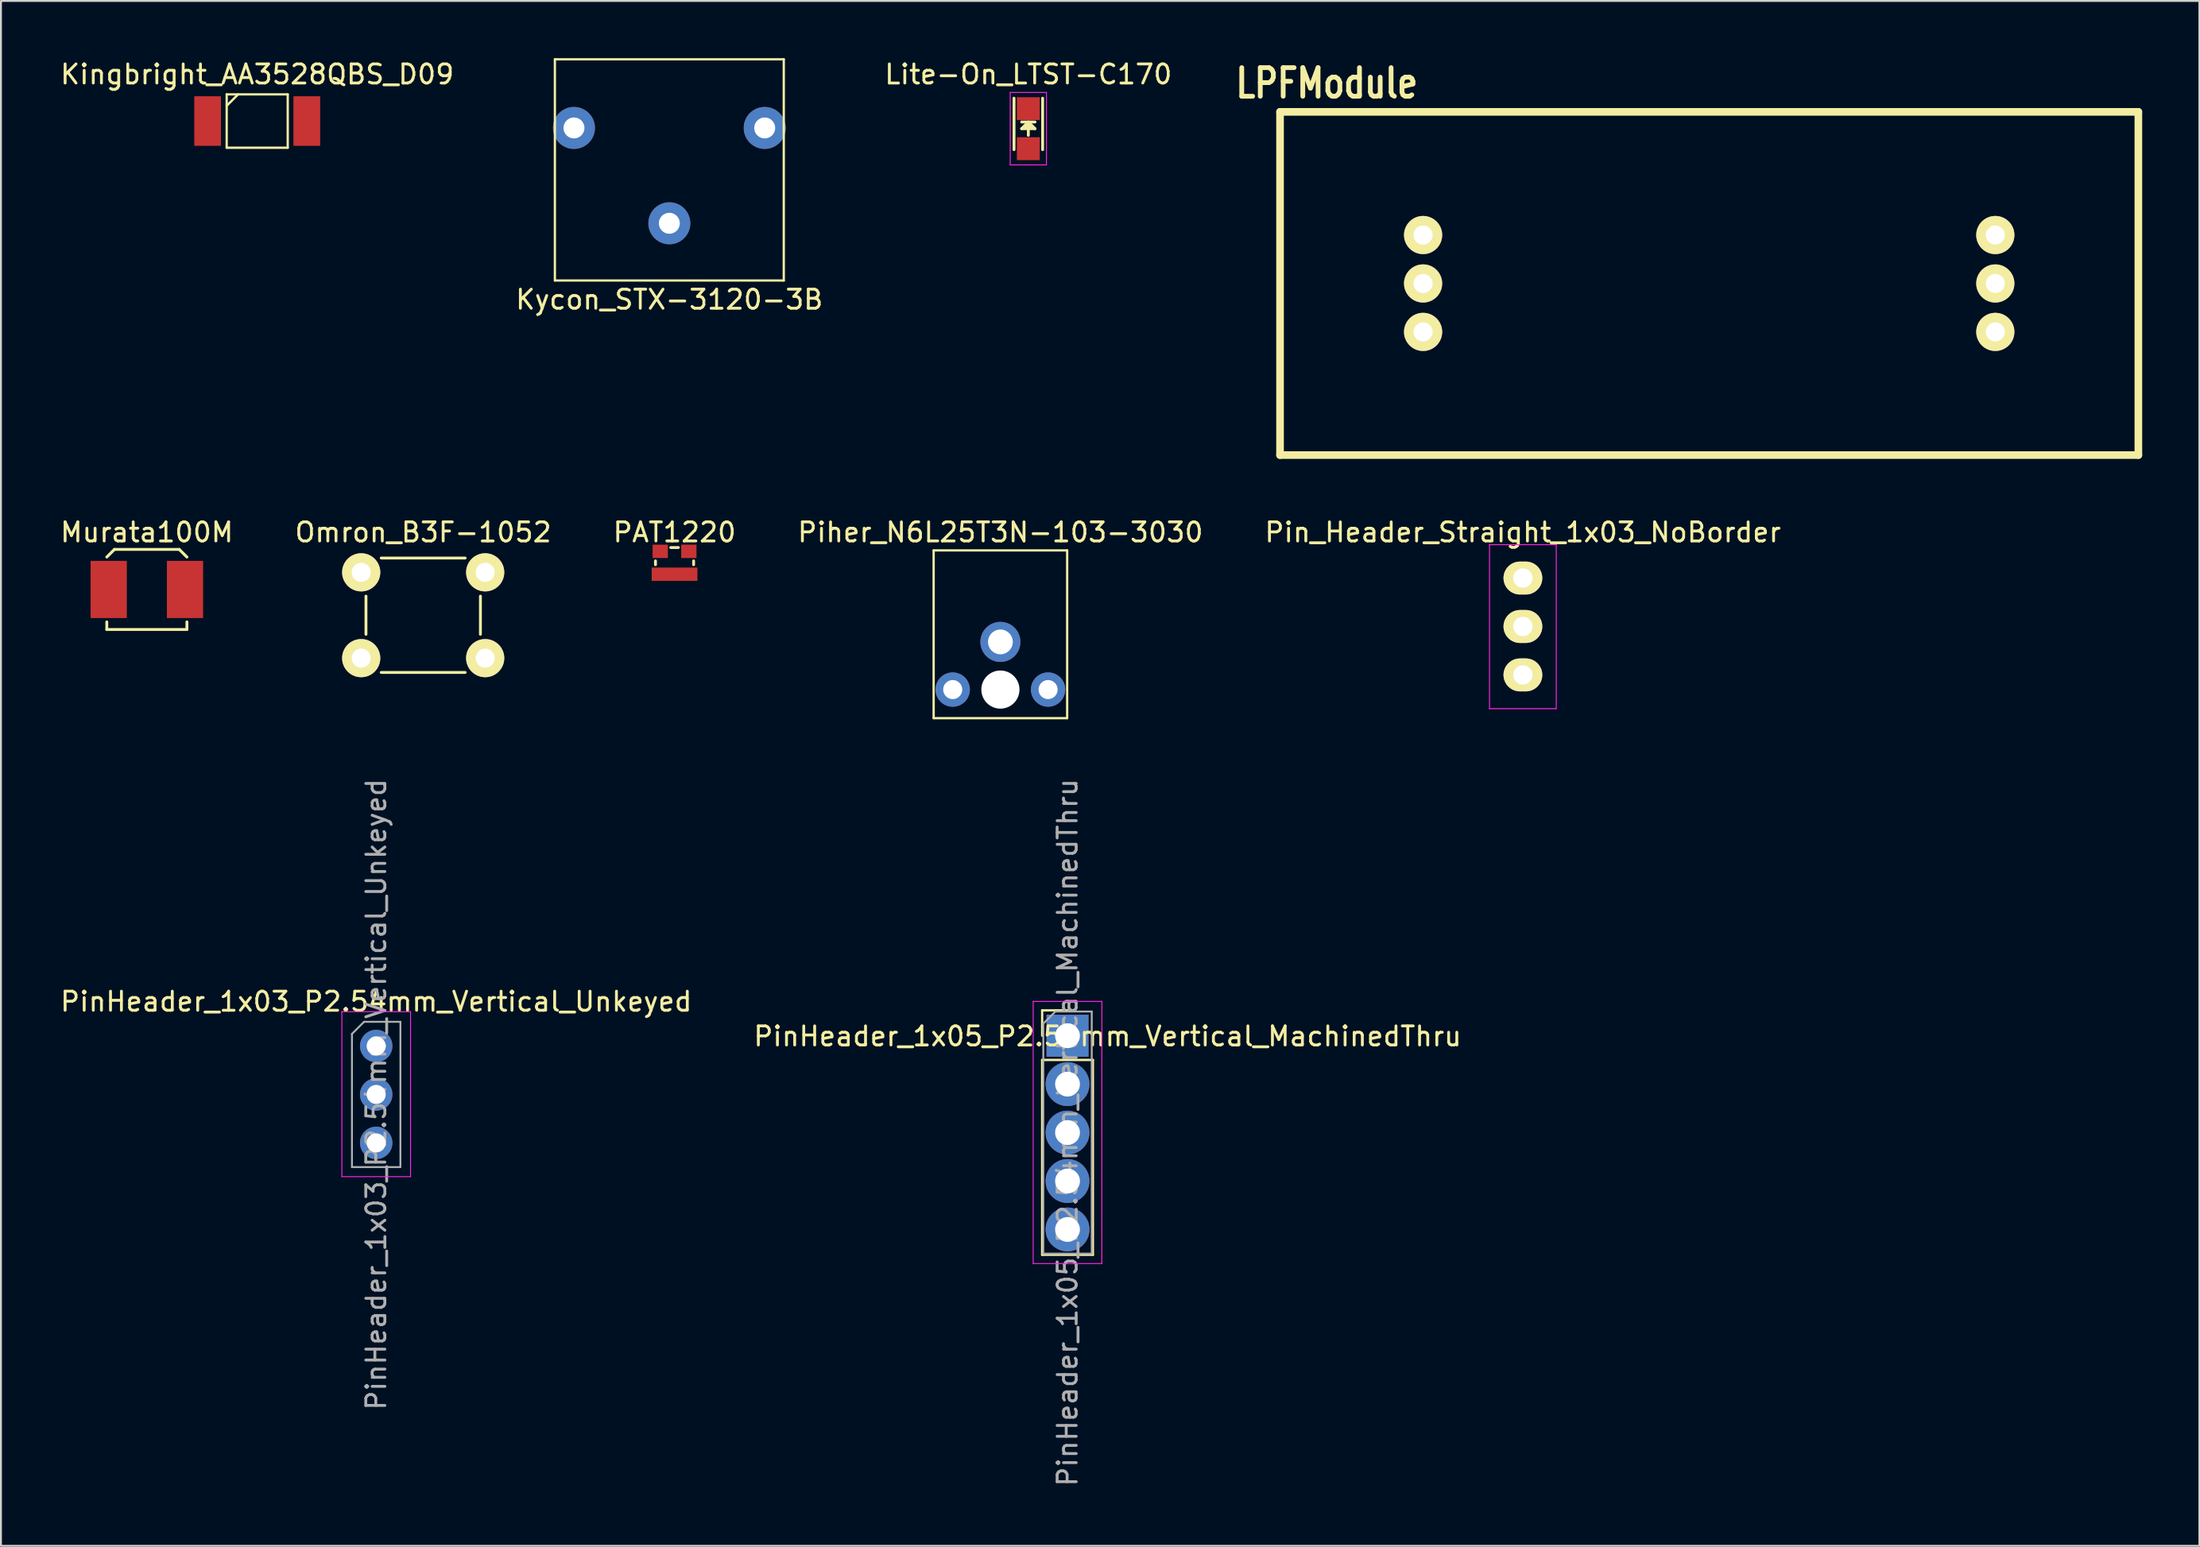
<source format=kicad_pcb>
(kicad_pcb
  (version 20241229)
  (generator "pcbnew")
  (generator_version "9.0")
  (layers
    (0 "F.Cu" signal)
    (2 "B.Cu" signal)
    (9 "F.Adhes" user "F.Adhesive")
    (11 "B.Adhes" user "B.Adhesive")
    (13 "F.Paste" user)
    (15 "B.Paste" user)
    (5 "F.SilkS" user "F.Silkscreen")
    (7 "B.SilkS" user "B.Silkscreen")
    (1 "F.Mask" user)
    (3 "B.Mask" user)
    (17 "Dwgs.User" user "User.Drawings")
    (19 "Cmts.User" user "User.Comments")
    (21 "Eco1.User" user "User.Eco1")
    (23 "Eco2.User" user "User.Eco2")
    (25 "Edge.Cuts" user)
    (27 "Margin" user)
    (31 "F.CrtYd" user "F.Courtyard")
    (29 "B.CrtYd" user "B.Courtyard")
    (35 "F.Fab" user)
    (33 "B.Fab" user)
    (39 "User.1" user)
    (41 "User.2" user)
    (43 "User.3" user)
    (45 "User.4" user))
  (footprint "Pin_Header_Straight_1x03_NoBorder"
    (layer "F.Cu")
    (at 76.792 27.265)
    (property "Reference" "Pin_Header_Straight_1x03_NoBorder" (at 0 -2.4 0) (layer "F.SilkS") (effects (font (size 1 1) (thickness 0.15))))
    (attr through_hole)
    (fp_line (start -1.75 -1.75) (end -1.75 6.85) (stroke (width 0.05) (type solid)) (layer "F.CrtYd"))
    (fp_line (start -1.75 -1.75) (end 1.75 -1.75) (stroke (width 0.05) (type solid)) (layer "F.CrtYd"))
    (fp_line (start -1.75 6.85) (end 1.75 6.85) (stroke (width 0.05) (type solid)) (layer "F.CrtYd"))
    (fp_line (start 1.75 -1.75) (end 1.75 6.85) (stroke (width 0.05) (type solid)) (layer "F.CrtYd"))
    (pad "1" thru_hole oval (at 0 0) (size 2.032 1.727) (drill 1.016) (layers "*.Cu" "*.Mask" "F.SilkS"))
    (pad "2" thru_hole oval (at 0 2.54) (size 2.032 1.727) (drill 1.016) (layers "*.Cu" "*.Mask" "F.SilkS"))
    (pad "3" thru_hole oval (at 0 5.08) (size 2.032 1.727) (drill 1.016) (layers "*.Cu" "*.Mask" "F.SilkS")))
  (footprint "PAT1220"
    (layer "F.Cu")
    (at 32.315 26.465)
    (property "Reference" "PAT1220" (at 0 -1.6 0) (layer "F.SilkS") (effects (font (size 1 1) (thickness 0.15))))
    (attr through_hole)
    (fp_line (start -1 -0.1) (end -1 0.1) (stroke (width 0.15) (type solid)) (layer "F.SilkS"))
    (fp_line (start -0.2 -0.8) (end 0.2 -0.8) (stroke (width 0.15) (type solid)) (layer "F.SilkS"))
    (fp_line (start 1 -0.1) (end 1 0.1) (stroke (width 0.15) (type solid)) (layer "F.SilkS"))
    (pad "1" smd rect (at -0.75 -0.6) (size 0.8 0.7) (layers "F.Cu" "F.Mask" "F.Paste"))
    (pad "2" smd rect (at 0.75 -0.6) (size 0.8 0.7) (layers "F.Cu" "F.Mask" "F.Paste"))
    (pad "3" smd rect (at 0 0.6) (size 2.4 0.7) (layers "F.Cu" "F.Mask" "F.Paste")))
  (footprint "Lite-On_LTST-C170"
    (layer "F.Cu")
    (at 50.863 3.698)
    (property "Reference" "Lite-On_LTST-C170" (at 0 -2.85 0) (layer "F.SilkS") (effects (font (size 1 1) (thickness 0.15))))
    (attr smd)
    (fp_line (start -0.75 -1.6) (end -0.75 1.1) (stroke (width 0.15) (type solid)) (layer "F.SilkS"))
    (fp_line (start -0.35 0) (end 0 -0.35) (stroke (width 0.15) (type solid)) (layer "F.SilkS"))
    (fp_line (start -0.15 -0.1) (end 0.1 -0.1) (stroke (width 0.15) (type solid)) (layer "F.SilkS"))
    (fp_line (start 0 -0.35) (end 0.35 0) (stroke (width 0.15) (type solid)) (layer "F.SilkS"))
    (fp_line (start 0 0) (end 0 0.35) (stroke (width 0.15) (type solid)) (layer "F.SilkS"))
    (fp_line (start 0.1 -0.1) (end -0.05 -0.25) (stroke (width 0.15) (type solid)) (layer "F.SilkS"))
    (fp_line (start 0.35 -0.35) (end -0.35 -0.35) (stroke (width 0.15) (type solid)) (layer "F.SilkS"))
    (fp_line (start 0.35 0) (end -0.35 0) (stroke (width 0.15) (type solid)) (layer "F.SilkS"))
    (fp_line (start 0.75 -1.6) (end 0.75 1.1) (stroke (width 0.15) (type solid)) (layer "F.SilkS"))
    (fp_line (start -0.95 -1.9) (end 0.95 -1.9) (stroke (width 0.05) (type solid)) (layer "F.CrtYd"))
    (fp_line (start -0.95 1.9) (end -0.95 -1.9) (stroke (width 0.05) (type solid)) (layer "F.CrtYd"))
    (fp_line (start 0.95 -1.9) (end 0.95 1.9) (stroke (width 0.05) (type solid)) (layer "F.CrtYd"))
    (fp_line (start 0.95 1.9) (end -0.95 1.9) (stroke (width 0.05) (type solid)) (layer "F.CrtYd"))
    (pad "1" smd rect (at 0 1.05 90) (size 1.2 1.2) (layers "F.Cu" "F.Mask" "F.Paste"))
    (pad "2" smd rect (at 0 -1.05 90) (size 1.2 1.2) (layers "F.Cu" "F.Mask" "F.Paste")))
  (footprint "LPFModule"
    (layer "F.Cu")
    (at 86.56 11.816)
    (property "Reference" "LPFModule" (at -20.05 -10.5 0) (layer "F.SilkS") (effects (font (size 1.5 1.2) (thickness 0.25))))
    (attr through_hole)
    (fp_line (start -22.5 -9) (end 22.5 -9) (stroke (width 0.4) (type solid)) (layer "F.SilkS"))
    (fp_line (start -22.5 9) (end -22.5 -9) (stroke (width 0.4) (type solid)) (layer "F.SilkS"))
    (fp_line (start 22.5 -9) (end 22.5 9) (stroke (width 0.4) (type solid)) (layer "F.SilkS"))
    (fp_line (start 22.5 9) (end -22.5 9) (stroke (width 0.4) (type solid)) (layer "F.SilkS"))
    (pad "1" thru_hole circle (at -15 -2.54) (size 2 2) (drill 1) (layers "*.Cu" "*.Mask" "F.SilkS"))
    (pad "2" thru_hole circle (at -15 0) (size 2 2) (drill 1) (layers "*.Cu" "*.Mask" "F.SilkS"))
    (pad "3" thru_hole circle (at -15 2.54) (size 2 2) (drill 1) (layers "*.Cu" "*.Mask" "F.SilkS"))
    (pad "4" thru_hole circle (at 15 2.54) (size 2 2) (drill 1) (layers "*.Cu" "*.Mask" "F.SilkS"))
    (pad "5" thru_hole circle (at 15 0) (size 2 2) (drill 1) (layers "*.Cu" "*.Mask" "F.SilkS"))
    (pad "6" thru_hole circle (at 15 -2.54) (size 2 2) (drill 1) (layers "*.Cu" "*.Mask" "F.SilkS")))
  (footprint "Omron_B3F-1052"
    (layer "F.Cu")
    (at 19.137 29.215)
    (property "Reference" "Omron_B3F-1052" (at 0 -4.35 0) (layer "F.SilkS") (effects (font (size 1 1) (thickness 0.15))))
    (attr through_hole)
    (fp_line (start -3 -1) (end -3 1) (stroke (width 0.15) (type solid)) (layer "F.SilkS"))
    (fp_line (start -2.2 -3) (end 2.2 -3) (stroke (width 0.15) (type solid)) (layer "F.SilkS"))
    (fp_line (start -2.2 3) (end 2.2 3) (stroke (width 0.15) (type solid)) (layer "F.SilkS"))
    (fp_line (start 3 -1) (end 3 1) (stroke (width 0.15) (type solid)) (layer "F.SilkS"))
    (pad "1" thru_hole circle (at 3.25 2.25) (size 2 2) (drill 1) (layers "*.Cu" "*.Mask" "F.SilkS"))
    (pad "2" thru_hole circle (at -3.25 2.25) (size 2 2) (drill 1) (layers "*.Cu" "*.Mask" "F.SilkS"))
    (pad "3" thru_hole circle (at 3.25 -2.25) (size 2 2) (drill 1) (layers "*.Cu" "*.Mask" "F.SilkS"))
    (pad "4" thru_hole circle (at -3.25 -2.25) (size 2 2) (drill 1) (layers "*.Cu" "*.Mask" "F.SilkS")))
  (footprint "PinHeader_1x05_P2.54mm_Vertical_MachinedThru"
    (layer "F.Cu")
    (at 52.918 51.267)
    (property "Reference" "PinHeader_1x05_P2.54mm_Vertical_MachinedThru" (at 2.1 0.03 0) (layer "F.SilkS") (effects (font (size 1 1) (thickness 0.15))))
    (attr through_hole)
    (fp_line (start -1.33 -1.33) (end 0 -1.33) (stroke (width 0.12) (type solid)) (layer "F.SilkS"))
    (fp_line (start -1.33 0) (end -1.33 -1.33) (stroke (width 0.12) (type solid)) (layer "F.SilkS"))
    (fp_line (start -1.33 1.27) (end -1.33 11.49) (stroke (width 0.12) (type solid)) (layer "F.SilkS"))
    (fp_line (start -1.33 1.27) (end 1.33 1.27) (stroke (width 0.12) (type solid)) (layer "F.SilkS"))
    (fp_line (start -1.33 11.49) (end 1.33 11.49) (stroke (width 0.12) (type solid)) (layer "F.SilkS"))
    (fp_line (start 1.33 1.27) (end 1.33 11.49) (stroke (width 0.12) (type solid)) (layer "F.SilkS"))
    (fp_line (start -1.8 -1.8) (end -1.8 11.95) (stroke (width 0.05) (type solid)) (layer "F.CrtYd"))
    (fp_line (start -1.8 11.95) (end 1.8 11.95) (stroke (width 0.05) (type solid)) (layer "F.CrtYd"))
    (fp_line (start 1.8 -1.8) (end -1.8 -1.8) (stroke (width 0.05) (type solid)) (layer "F.CrtYd"))
    (fp_line (start 1.8 11.95) (end 1.8 -1.8) (stroke (width 0.05) (type solid)) (layer "F.CrtYd"))
    (fp_line (start -1.27 -0.635) (end -0.635 -1.27) (stroke (width 0.1) (type solid)) (layer "F.Fab"))
    (fp_line (start -1.27 11.43) (end -1.27 -0.635) (stroke (width 0.1) (type solid)) (layer "F.Fab"))
    (fp_line (start -0.635 -1.27) (end 1.27 -1.27) (stroke (width 0.1) (type solid)) (layer "F.Fab"))
    (fp_line (start 1.27 -1.27) (end 1.27 11.43) (stroke (width 0.1) (type solid)) (layer "F.Fab"))
    (fp_line (start 1.27 11.43) (end -1.27 11.43) (stroke (width 0.1) (type solid)) (layer "F.Fab"))
    (fp_text user "${REFERENCE}" (at 0 5.08 90) (layer "F.Fab") (effects (font (size 1 1) (thickness 0.15))))
    (pad "1" thru_hole rect (at 0 0) (size 2.2 2.2) (drill 1.3) (layers "*.Cu" "*.Mask"))
    (pad "2" thru_hole oval (at 0 2.54) (size 2.3 2.3) (drill 1.3) (layers "*.Cu" "*.Mask"))
    (pad "3" thru_hole oval (at 0 5.08) (size 2.3 2.3) (drill 1.3) (layers "*.Cu" "*.Mask"))
    (pad "4" thru_hole oval (at 0 7.62) (size 2.3 2.3) (drill 1.3) (layers "*.Cu" "*.Mask"))
    (pad "5" thru_hole oval (at 0 10.16) (size 2.3 2.3) (drill 1.3) (layers "*.Cu" "*.Mask")))
  (footprint "Kingbright_AA3528QBS_D09"
    (layer "F.Cu")
    (at 10.435 3.298)
    (property "Reference" "Kingbright_AA3528QBS_D09" (at 0 -2.45 0) (layer "F.SilkS") (effects (font (size 1 1) (thickness 0.15))))
    (attr through_hole)
    (fp_line (start -1.6 -1.4) (end 1.6 -1.4) (stroke (width 0.12) (type solid)) (layer "F.SilkS"))
    (fp_line (start -1.6 1.4) (end -1.6 -1.4) (stroke (width 0.12) (type solid)) (layer "F.SilkS"))
    (fp_line (start -1 -1.4) (end -1.6 -0.8) (stroke (width 0.12) (type solid)) (layer "F.SilkS"))
    (fp_line (start 1.6 -1.4) (end 1.6 1.4) (stroke (width 0.12) (type solid)) (layer "F.SilkS"))
    (fp_line (start 1.6 1.4) (end -1.6 1.4) (stroke (width 0.12) (type solid)) (layer "F.SilkS"))
    (pad "1" smd rect (at -2.6 0) (size 1.4 2.6) (layers "F.Cu" "F.Mask" "F.Paste"))
    (pad "2" smd rect (at 2.6 0) (size 1.4 2.6) (layers "F.Cu" "F.Mask" "F.Paste")))
  (footprint "Piher_N6L25T3N-103-3030"
    (layer "F.Cu")
    (at 49.399 33.114)
    (property "Reference" "Piher_N6L25T3N-103-3030" (at 0 -8.25 0) (layer "F.SilkS") (effects (font (size 1 1) (thickness 0.15))))
    (attr through_hole)
    (fp_line (start -3.5 -7.3) (end -3.5 1.5) (stroke (width 0.12) (type solid)) (layer "F.SilkS"))
    (fp_line (start -3.5 1.5) (end 3.5 1.5) (stroke (width 0.12) (type solid)) (layer "F.SilkS"))
    (fp_line (start 3.5 -7.3) (end -3.5 -7.3) (stroke (width 0.12) (type solid)) (layer "F.SilkS"))
    (fp_line (start 3.5 1.5) (end 3.5 -7.3) (stroke (width 0.12) (type solid)) (layer "F.SilkS"))
    (pad "" np_thru_hole circle (at 0 0) (size 2 2) (drill 2) (layers "*.Cu" "*.Mask"))
    (pad "1" thru_hole circle (at -2.5 0) (size 1.8 1.8) (drill 1) (layers "*.Cu" "*.Mask"))
    (pad "2" thru_hole circle (at 0 -2.5) (size 2.1 2.1) (drill 1.3) (layers "*.Cu" "*.Mask"))
    (pad "3" thru_hole circle (at 2.5 0) (size 1.8 1.8) (drill 1) (layers "*.Cu" "*.Mask")))
  (footprint "PinHeader_1x03_P2.54mm_Vertical_Unkeyed"
    (layer "F.Cu")
    (at 16.673 51.807)
    (property "Reference" "PinHeader_1x03_P2.54mm_Vertical_Unkeyed" (at 0 -2.33 0) (layer "F.SilkS") (effects (font (size 1 1) (thickness 0.15))))
    (attr through_hole)
    (fp_line (start -1.8 -1.8) (end -1.8 6.85) (stroke (width 0.05) (type solid)) (layer "F.CrtYd"))
    (fp_line (start -1.8 6.85) (end 1.8 6.85) (stroke (width 0.05) (type solid)) (layer "F.CrtYd"))
    (fp_line (start 1.8 -1.8) (end -1.8 -1.8) (stroke (width 0.05) (type solid)) (layer "F.CrtYd"))
    (fp_line (start 1.8 6.85) (end 1.8 -1.8) (stroke (width 0.05) (type solid)) (layer "F.CrtYd"))
    (fp_line (start -1.27 -0.635) (end -0.635 -1.27) (stroke (width 0.1) (type solid)) (layer "F.Fab"))
    (fp_line (start -1.27 6.35) (end -1.27 -0.635) (stroke (width 0.1) (type solid)) (layer "F.Fab"))
    (fp_line (start -0.635 -1.27) (end 1.27 -1.27) (stroke (width 0.1) (type solid)) (layer "F.Fab"))
    (fp_line (start 1.27 -1.27) (end 1.27 6.35) (stroke (width 0.1) (type solid)) (layer "F.Fab"))
    (fp_line (start 1.27 6.35) (end -1.27 6.35) (stroke (width 0.1) (type solid)) (layer "F.Fab"))
    (fp_text user "${REFERENCE}" (at 0 2.54 90) (layer "F.Fab") (effects (font (size 1 1) (thickness 0.15))))
    (pad "1" thru_hole circle (at 0 0) (size 1.7 1.7) (drill 1) (layers "*.Cu" "*.Mask"))
    (pad "2" thru_hole oval (at 0 2.54) (size 1.7 1.7) (drill 1) (layers "*.Cu" "*.Mask"))
    (pad "3" thru_hole oval (at 0 5.08) (size 1.7 1.7) (drill 1) (layers "*.Cu" "*.Mask")))
  (footprint "Murata100M"
    (layer "F.Cu")
    (at 4.649 27.864)
    (property "Reference" "Murata100M" (at 0 -3 0) (layer "F.SilkS") (effects (font (size 1 1) (thickness 0.15))))
    (attr through_hole)
    (fp_line (start -2.1 1.7) (end -2.1 2.1) (stroke (width 0.15) (type solid)) (layer "F.SilkS"))
    (fp_line (start -2.1 2.1) (end 2.1 2.1) (stroke (width 0.15) (type solid)) (layer "F.SilkS"))
    (fp_line (start -1.7 -2.1) (end -2.1 -1.7) (stroke (width 0.15) (type solid)) (layer "F.SilkS"))
    (fp_line (start -1.7 -2.1) (end 1.7 -2.1) (stroke (width 0.15) (type solid)) (layer "F.SilkS"))
    (fp_line (start 1.7 -2.1) (end 2.1 -1.7) (stroke (width 0.15) (type solid)) (layer "F.SilkS"))
    (fp_line (start 2.1 2.1) (end 2.1 1.7) (stroke (width 0.15) (type solid)) (layer "F.SilkS"))
    (pad "1" smd rect (at -2 0) (size 1.9 3) (layers "F.Cu" "F.Mask" "F.Paste"))
    (pad "2" smd rect (at 2 0) (size 1.9 3) (layers "F.Cu" "F.Mask" "F.Paste")))
  (footprint "Kycon_STX-3120-3B"
    (layer "F.Cu")
    (at 32.042 11.66)
    (property "Reference" "Kycon_STX-3120-3B" (at 0 1 0) (layer "F.SilkS") (effects (font (size 1 1) (thickness 0.15))))
    (attr through_hole)
    (fp_line (start -6 -11.6) (end -6 0) (stroke (width 0.12) (type solid)) (layer "F.SilkS"))
    (fp_line (start -6 0) (end 6 0) (stroke (width 0.12) (type solid)) (layer "F.SilkS"))
    (fp_line (start 6 -11.6) (end -6 -11.6) (stroke (width 0.12) (type solid)) (layer "F.SilkS"))
    (fp_line (start 6 0) (end 6 -11.6) (stroke (width 0.12) (type solid)) (layer "F.SilkS"))
    (pad "G" thru_hole circle (at 0 -3) (size 2.2 2.2) (drill 1.1) (layers "*.Cu" "*.Mask"))
    (pad "S" thru_hole circle (at 5 -8) (size 2.2 2.2) (drill 1.1) (layers "*.Cu" "*.Mask"))
    (pad "T" thru_hole circle (at -5 -8) (size 2.2 2.2) (drill 1.1) (layers "*.Cu" "*.Mask")))
  (gr_rect
    (start -3 -3)
    (end 112.26 78.02)
    (stroke (width 0.1) (type default))
    (fill no)
    (layer "Edge.Cuts")))
</source>
